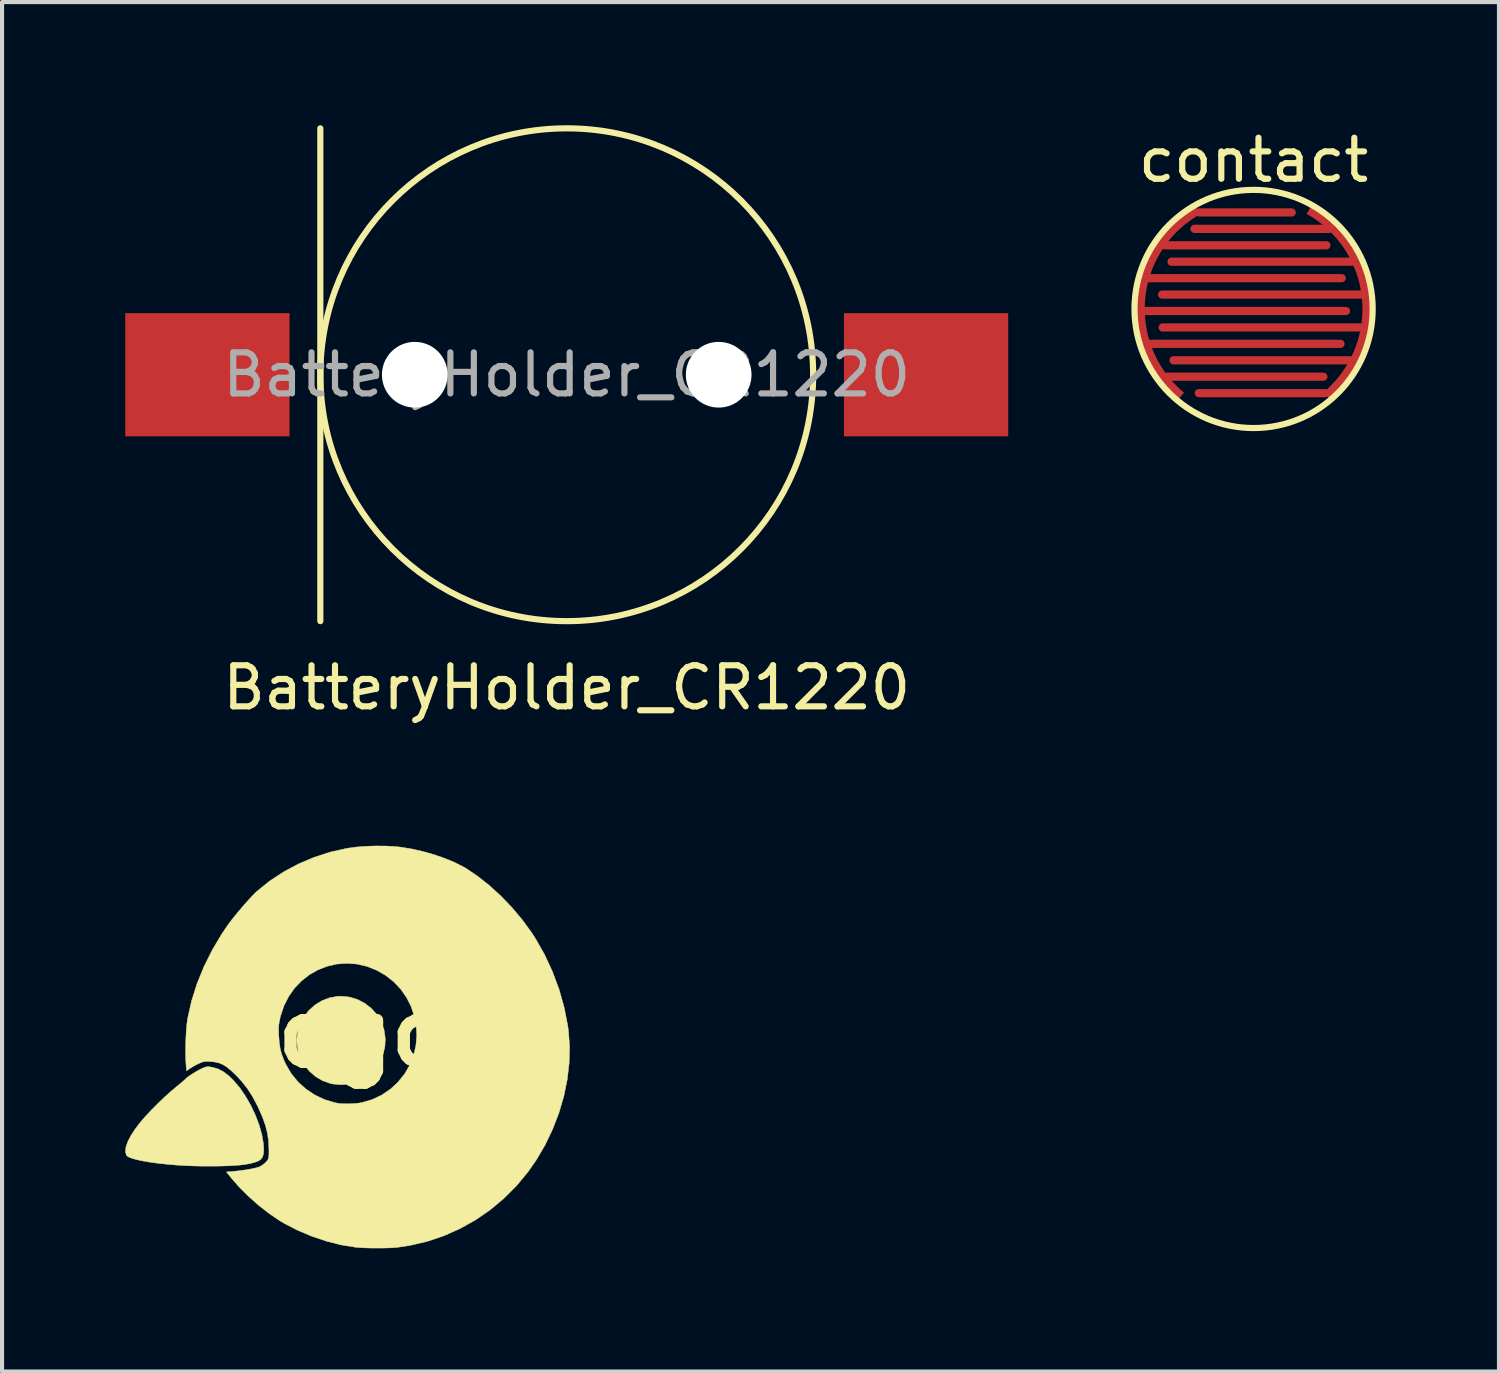
<source format=kicad_pcb>
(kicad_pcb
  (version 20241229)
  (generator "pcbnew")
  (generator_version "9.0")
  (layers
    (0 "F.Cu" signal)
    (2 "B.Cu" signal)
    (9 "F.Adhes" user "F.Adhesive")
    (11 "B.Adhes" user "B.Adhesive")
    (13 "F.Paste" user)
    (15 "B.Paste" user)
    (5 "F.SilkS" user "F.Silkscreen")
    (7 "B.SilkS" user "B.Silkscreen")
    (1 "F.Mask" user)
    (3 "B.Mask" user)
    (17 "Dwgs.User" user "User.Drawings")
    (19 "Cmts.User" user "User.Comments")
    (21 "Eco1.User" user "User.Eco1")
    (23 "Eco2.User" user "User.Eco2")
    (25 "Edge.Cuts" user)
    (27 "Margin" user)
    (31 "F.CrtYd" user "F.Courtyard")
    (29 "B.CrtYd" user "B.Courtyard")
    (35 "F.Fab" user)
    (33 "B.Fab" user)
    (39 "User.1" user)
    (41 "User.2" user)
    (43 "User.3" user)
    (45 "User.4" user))
  (footprint "logo"
    (layer "F.Cu")
    (at 5.404 22.117)
    (property "Reference" "logo" (at 0 0 0) (layer "F.SilkS") (effects (font (size 1.524 1.524) (thickness 0.3))))
    (attr through_hole)
    (fp_poly (pts (xy 0.056 -0.889) (xy 0.249 -0.831) (xy 0.427 -0.738) (xy 0.586 -0.615) (xy 0.72 -0.466) (xy 0.824 -0.293) (xy 0.894 -0.102) (xy 0.899 -0.083) (xy 0.928 0.124) (xy 0.918 0.323) (xy 0.872 0.512) (xy 0.795 0.686) (xy 0.69 0.843) (xy 0.559 0.979) (xy 0.406 1.091) (xy 0.236 1.175) (xy 0.05 1.228) (xy -0.147 1.247) (xy -0.352 1.228) (xy -0.41 1.215) (xy -0.6 1.148) (xy -0.772 1.046) (xy -0.922 0.915) (xy -1.047 0.758) (xy -1.142 0.581) (xy -1.203 0.39) (xy -1.227 0.188) (xy -1.227 0.169) (xy -1.207 -0.035) (xy -1.149 -0.227) (xy -1.058 -0.403) (xy -0.937 -0.559) (xy -0.79 -0.692) (xy -0.622 -0.796) (xy -0.437 -0.869) (xy -0.237 -0.906) (xy -0.148 -0.91) (xy 0.056 -0.889)) (stroke (width 0.01) (type solid)) (fill yes) (layer "F.SilkS"))
    (fp_poly (pts (xy -3.287 0.82) (xy -3.285 0.82) (xy -3.146 0.86) (xy -3.01 0.931) (xy -2.873 1.038) (xy -2.775 1.134) (xy -2.62 1.315) (xy -2.477 1.523) (xy -2.348 1.747) (xy -2.237 1.982) (xy -2.146 2.22) (xy -2.08 2.453) (xy -2.041 2.672) (xy -2.032 2.822) (xy -2.037 2.92) (xy -2.057 2.996) (xy -2.095 3.055) (xy -2.157 3.1) (xy -2.249 3.136) (xy -2.374 3.167) (xy -2.482 3.187) (xy -2.589 3.201) (xy -2.731 3.212) (xy -2.901 3.221) (xy -3.09 3.227) (xy -3.292 3.229) (xy -3.5 3.229) (xy -3.705 3.225) (xy -3.901 3.218) (xy -3.916 3.217) (xy -4.157 3.203) (xy -4.387 3.183) (xy -4.603 3.16) (xy -4.8 3.133) (xy -4.974 3.103) (xy -5.122 3.072) (xy -5.24 3.039) (xy -5.325 3.005) (xy -5.371 2.971) (xy -5.376 2.964) (xy -5.399 2.877) (xy -5.388 2.767) (xy -5.345 2.638) (xy -5.269 2.489) (xy -5.162 2.325) (xy -5.052 2.18) (xy -4.931 2.037) (xy -4.784 1.879) (xy -4.621 1.714) (xy -4.452 1.552) (xy -4.285 1.402) (xy -4.145 1.284) (xy -4.066 1.22) (xy -4 1.165) (xy -3.954 1.124) (xy -3.933 1.103) (xy -3.933 1.103) (xy -3.91 1.079) (xy -3.859 1.04) (xy -3.789 0.994) (xy -3.709 0.944) (xy -3.629 0.898) (xy -3.557 0.86) (xy -3.544 0.854) (xy -3.473 0.823) (xy -3.419 0.809) (xy -3.364 0.809) (xy -3.287 0.82)) (stroke (width 0.01) (type solid)) (fill yes) (layer "F.SilkS"))
    (fp_poly (pts (xy 0.949 -4.566) (xy 1.179 -4.553) (xy 1.291 -4.541) (xy 1.565 -4.497) (xy 1.845 -4.434) (xy 2.122 -4.355) (xy 2.387 -4.263) (xy 2.63 -4.161) (xy 2.842 -4.052) (xy 2.883 -4.029) (xy 3.172 -3.835) (xy 3.462 -3.606) (xy 3.744 -3.348) (xy 4.014 -3.067) (xy 4.264 -2.769) (xy 4.489 -2.461) (xy 4.581 -2.32) (xy 4.807 -1.922) (xy 5.001 -1.503) (xy 5.162 -1.069) (xy 5.286 -0.627) (xy 5.372 -0.184) (xy 5.388 -0.066) (xy 5.416 0.321) (xy 5.405 0.719) (xy 5.358 1.122) (xy 5.275 1.527) (xy 5.157 1.929) (xy 5.006 2.323) (xy 4.824 2.705) (xy 4.611 3.07) (xy 4.404 3.368) (xy 4.123 3.707) (xy 3.814 4.016) (xy 3.481 4.294) (xy 3.124 4.54) (xy 2.748 4.75) (xy 2.355 4.925) (xy 1.948 5.062) (xy 1.529 5.16) (xy 1.217 5.207) (xy 1.1 5.216) (xy 0.954 5.222) (xy 0.79 5.224) (xy 0.62 5.224) (xy 0.456 5.22) (xy 0.312 5.213) (xy 0.212 5.205) (xy -0.141 5.148) (xy -0.503 5.057) (xy -0.863 4.936) (xy -1.212 4.789) (xy -1.539 4.619) (xy -1.647 4.555) (xy -1.901 4.382) (xy -2.158 4.181) (xy -2.406 3.961) (xy -2.634 3.733) (xy -2.81 3.532) (xy -2.941 3.37) (xy -2.778 3.356) (xy -2.622 3.34) (xy -2.472 3.319) (xy -2.337 3.296) (xy -2.224 3.271) (xy -2.143 3.247) (xy -2.129 3.241) (xy -2.06 3.2) (xy -1.992 3.144) (xy -1.974 3.125) (xy -1.943 3.089) (xy -1.923 3.057) (xy -1.912 3.019) (xy -1.907 2.965) (xy -1.905 2.885) (xy -1.905 2.824) (xy -1.914 2.624) (xy -1.941 2.432) (xy -1.99 2.238) (xy -2.063 2.033) (xy -2.162 1.809) (xy -2.182 1.767) (xy -2.3 1.542) (xy -2.425 1.347) (xy -2.563 1.169) (xy -2.708 1.014) (xy -2.829 0.899) (xy -2.934 0.813) (xy -3.031 0.753) (xy -3.129 0.714) (xy -3.237 0.691) (xy -3.319 0.683) (xy -3.41 0.679) (xy -3.476 0.682) (xy -3.533 0.696) (xy -3.598 0.723) (xy -3.608 0.727) (xy -3.692 0.769) (xy -3.777 0.817) (xy -3.82 0.844) (xy -3.912 0.906) (xy -3.928 0.702) (xy -3.934 0.564) (xy -3.935 0.401) (xy -3.932 0.224) (xy -3.925 0.046) (xy -3.914 -0.111) (xy -1.67 -0.111) (xy -1.668 -0.004) (xy -1.665 0.06) (xy -1.652 0.231) (xy -1.63 0.376) (xy -1.594 0.509) (xy -1.541 0.646) (xy -1.493 0.751) (xy -1.361 0.977) (xy -1.196 1.178) (xy -1.003 1.353) (xy -0.785 1.497) (xy -0.547 1.609) (xy -0.291 1.685) (xy -0.212 1.7) (xy -0.114 1.709) (xy 0.009 1.711) (xy 0.142 1.706) (xy 0.268 1.695) (xy 0.355 1.681) (xy 0.606 1.608) (xy 0.842 1.497) (xy 1.058 1.349) (xy 1.233 1.187) (xy 1.398 0.984) (xy 1.525 0.766) (xy 1.616 0.535) (xy 1.672 0.297) (xy 1.694 0.055) (xy 1.681 -0.187) (xy 1.636 -0.424) (xy 1.558 -0.654) (xy 1.449 -0.872) (xy 1.309 -1.074) (xy 1.138 -1.257) (xy 0.938 -1.415) (xy 0.726 -1.538) (xy 0.483 -1.635) (xy 0.237 -1.692) (xy -0.009 -1.71) (xy -0.251 -1.692) (xy -0.485 -1.639) (xy -0.709 -1.552) (xy -0.918 -1.434) (xy -1.108 -1.286) (xy -1.278 -1.11) (xy -1.422 -0.907) (xy -1.538 -0.679) (xy -1.622 -0.428) (xy -1.632 -0.387) (xy -1.653 -0.286) (xy -1.666 -0.199) (xy -1.67 -0.111) (xy -3.914 -0.111) (xy -3.914 -0.123) (xy -3.899 -0.271) (xy -3.885 -0.37) (xy -3.791 -0.789) (xy -3.658 -1.211) (xy -3.488 -1.629) (xy -3.284 -2.038) (xy -3.049 -2.433) (xy -2.905 -2.644) (xy -2.827 -2.749) (xy -2.731 -2.87) (xy -2.624 -2.999) (xy -2.514 -3.128) (xy -2.406 -3.249) (xy -2.307 -3.356) (xy -2.225 -3.439) (xy -2.197 -3.464) (xy -1.889 -3.714) (xy -1.55 -3.936) (xy -1.188 -4.13) (xy -0.805 -4.292) (xy -0.409 -4.42) (xy -0.002 -4.511) (xy 0 -4.511) (xy 0.212 -4.541) (xy 0.45 -4.56) (xy 0.701 -4.568) (xy 0.949 -4.566)) (stroke (width 0.01) (type solid)) (fill yes) (layer "F.SilkS")))
  (footprint "contact"
    (layer "F.Cu")
    (at 27.475 4.473)
    (property "Reference" "contact" (at 0 -3.625 0) (layer "F.SilkS") (effects (font (size 1 1) (thickness 0.15))))
    (attr through_hole)
    (fp_circle (center 0 0) (end 0 2.9) (stroke (width 0.15) (type solid)) (fill no) (layer "F.SilkS"))
    (pad "1" smd rect (at -2.75 -0.002 179.949) (size 0.2 0.2) (layers "F.Cu" "F.Mask"))
    (pad "1" smd rect (at -2.743 0.19 183.97) (size 0.2 0.2) (layers "F.Cu" "F.Mask"))
    (pad "1" smd rect (at -2.743 -0.195 175.928) (size 0.2 0.2) (layers "F.Cu" "F.Mask"))
    (pad "1" smd rect (at -2.723 0.382 187.991) (size 0.2 0.2) (layers "F.Cu" "F.Mask"))
    (pad "1" smd rect (at -2.723 -0.387 171.908) (size 0.2 0.2) (layers "F.Cu" "F.Mask"))
    (pad "1" smd rect (at -2.69 0.572 192.011) (size 0.2 0.2) (layers "F.Cu" "F.Mask"))
    (pad "1" smd rect (at -2.689 -0.577 167.887) (size 0.2 0.2) (layers "F.Cu" "F.Mask"))
    (pad "1" smd rect (at -2.643 0.759 196.032) (size 0.2 0.2) (layers "F.Cu" "F.Mask"))
    (pad "1" smd rect (at -2.642 -0.764 163.866) (size 0.2 0.2) (layers "F.Cu" "F.Mask"))
    (pad "1" smd rect (at -2.583 0.943 200.053) (size 0.2 0.2) (layers "F.Cu" "F.Mask"))
    (pad "1" smd rect (at -2.582 -0.948 159.845) (size 0.2 0.2) (layers "F.Cu" "F.Mask"))
    (pad "1" smd rect (at -2.511 1.122 204.074) (size 0.2 0.2) (layers "F.Cu" "F.Mask"))
    (pad "1" smd rect (at -2.509 -1.126 155.825) (size 0.2 0.2) (layers "F.Cu" "F.Mask"))
    (pad "1" smd rect (at -2.426 1.295 208.094) (size 0.2 0.2) (layers "F.Cu" "F.Mask"))
    (pad "1" smd rect (at -2.424 -1.299 151.804) (size 0.2 0.2) (layers "F.Cu" "F.Mask"))
    (pad "1" smd rect (at -2.329 1.462 212.115) (size 0.2 0.2) (layers "F.Cu" "F.Mask"))
    (pad "1" smd rect (at -2.327 -1.466 147.783) (size 0.2 0.2) (layers "F.Cu" "F.Mask"))
    (pad "1" smd rect (at -2.221 1.622 216.136) (size 0.2 0.2) (layers "F.Cu" "F.Mask"))
    (pad "1" smd rect (at -2.218 -1.626 143.762) (size 0.2 0.2) (layers "F.Cu" "F.Mask"))
    (pad "1" smd rect (at -2.102 1.773 220.157) (size 0.2 0.2) (layers "F.Cu" "F.Mask"))
    (pad "1" smd rect (at -2.099 -1.777 139.742) (size 0.2 0.2) (layers "F.Cu" "F.Mask"))
    (pad "1" smd rect (at -1.972 1.916 224.177) (size 0.2 0.2) (layers "F.Cu" "F.Mask"))
    (pad "1" smd rect (at -1.969 -1.92 135.721) (size 0.2 0.2) (layers "F.Cu" "F.Mask"))
    (pad "1" smd rect (at -1.833 2.05 228.198) (size 0.2 0.2) (layers "F.Cu" "F.Mask"))
    (pad "1" smd rect (at -1.829 -2.053 131.7) (size 0.2 0.2) (layers "F.Cu" "F.Mask"))
    (pad "1" smd rect (at -1.681 -2.176 127.679) (size 0.2 0.2) (layers "F.Cu" "F.Mask"))
    (pad "1" smd rect (at -1.524 -2.289 123.6) (size 0.2 0.4) (layers "F.Cu" "F.Mask"))
    (pad "1" smd oval (at -0.2 -2.35) (size 2.457 0.2) (layers "F.Cu" "F.Mask"))
    (pad "1" smd oval (at -0.2 -1.55) (size 4.143 0.2) (layers "F.Cu" "F.Mask"))
    (pad "1" smd oval (at -0.2 -0.75) (size 4.892 0.2) (layers "F.Cu" "F.Mask"))
    (pad "1" smd oval (at -0.2 0.05) (size 5.099 0.2) (layers "F.Cu" "F.Mask"))
    (pad "1" smd oval (at -0.2 0.85) (size 4.831 0.2) (layers "F.Cu" "F.Mask"))
    (pad "1" smd oval (at -0.2 1.65) (size 4 0.2) (layers "F.Cu" "F.Mask"))
    (pad "2" smd oval (at 0.2 -1.95) (size 3.478 0.2) (layers "F.Cu" "F.Mask"))
    (pad "2" smd oval (at 0.2 -1.15) (size 4.596 0.2) (layers "F.Cu" "F.Mask"))
    (pad "2" smd oval (at 0.2 -0.35) (size 5.055 0.2) (layers "F.Cu" "F.Mask"))
    (pad "2" smd oval (at 0.2 0.45) (size 5.026 0.2) (layers "F.Cu" "F.Mask"))
    (pad "2" smd oval (at 0.2 1.25) (size 4.499 0.2) (layers "F.Cu" "F.Mask"))
    (pad "2" smd oval (at 0.2 2.05) (size 3.266 0.2) (layers "F.Cu" "F.Mask"))
    (pad "2" smd rect (at 1.428 -2.35 58.71) (size 0.2 0.2) (layers "F.Cu" "F.Mask"))
    (pad "2" smd rect (at 1.59 -2.244 54.689) (size 0.2 0.2) (layers "F.Cu" "F.Mask"))
    (pad "2" smd rect (at 1.743 -2.127 50.668) (size 0.2 0.2) (layers "F.Cu" "F.Mask"))
    (pad "2" smd rect (at 1.888 -2 46.647) (size 0.2 0.2) (layers "F.Cu" "F.Mask"))
    (pad "2" smd rect (at 1.916 1.973 314.2) (size 0.2 0.4) (layers "F.Cu" "F.Mask"))
    (pad "2" smd rect (at 2.023 -1.862 42.627) (size 0.2 0.2) (layers "F.Cu" "F.Mask"))
    (pad "2" smd rect (at 2.05 1.833 318.191) (size 0.2 0.2) (layers "F.Cu" "F.Mask"))
    (pad "2" smd rect (at 2.149 -1.716 38.606) (size 0.2 0.2) (layers "F.Cu" "F.Mask"))
    (pad "2" smd rect (at 2.173 1.685 322.211) (size 0.2 0.2) (layers "F.Cu" "F.Mask"))
    (pad "2" smd rect (at 2.264 -1.561 34.585) (size 0.2 0.2) (layers "F.Cu" "F.Mask"))
    (pad "2" smd rect (at 2.286 1.529 326.232) (size 0.2 0.2) (layers "F.Cu" "F.Mask"))
    (pad "2" smd rect (at 2.368 -1.398 30.564) (size 0.2 0.2) (layers "F.Cu" "F.Mask"))
    (pad "2" smd rect (at 2.388 1.364 330.253) (size 0.2 0.2) (layers "F.Cu" "F.Mask"))
    (pad "2" smd rect (at 2.46 -1.229 26.544) (size 0.2 0.2) (layers "F.Cu" "F.Mask"))
    (pad "2" smd rect (at 2.477 1.194 334.274) (size 0.2 0.2) (layers "F.Cu" "F.Mask"))
    (pad "2" smd rect (at 2.54 -1.053 22.523) (size 0.2 0.2) (layers "F.Cu" "F.Mask"))
    (pad "2" smd rect (at 2.555 1.017 338.294) (size 0.2 0.2) (layers "F.Cu" "F.Mask"))
    (pad "2" smd rect (at 2.608 -0.873 18.502) (size 0.2 0.2) (layers "F.Cu" "F.Mask"))
    (pad "2" smd rect (at 2.62 0.835 342.315) (size 0.2 0.2) (layers "F.Cu" "F.Mask"))
    (pad "2" smd rect (at 2.663 -0.688 14.481) (size 0.2 0.2) (layers "F.Cu" "F.Mask"))
    (pad "2" smd rect (at 2.672 0.65 346.336) (size 0.2 0.2) (layers "F.Cu" "F.Mask"))
    (pad "2" smd rect (at 2.704 -0.499 10.46) (size 0.2 0.2) (layers "F.Cu" "F.Mask"))
    (pad "2" smd rect (at 2.711 0.461 350.357) (size 0.2 0.2) (layers "F.Cu" "F.Mask"))
    (pad "2" smd rect (at 2.733 -0.308 6.44) (size 0.2 0.2) (layers "F.Cu" "F.Mask"))
    (pad "2" smd rect (at 2.737 0.269 354.377) (size 0.2 0.2) (layers "F.Cu" "F.Mask"))
    (pad "2" smd rect (at 2.748 -0.116 2.419) (size 0.2 0.2) (layers "F.Cu" "F.Mask"))
    (pad "2" smd rect (at 2.749 0.077 358.398) (size 0.2 0.2) (layers "F.Cu" "F.Mask")))
  (footprint "BatteryHolder_CR1220"
    (layer "F.Cu")
    (at 10.75 6.075)
    (property "Reference" "BatteryHolder_CR1220" (at 0 7.62 0) (layer "F.SilkS") (effects (font (size 1 1) (thickness 0.15))))
    (attr smd)
    (fp_line (start -6 -6) (end -6 6) (stroke (width 0.15) (type solid)) (layer "F.SilkS"))
    (fp_circle (center 0 0) (end 6 0) (stroke (width 0.15) (type solid)) (fill no) (layer "F.SilkS"))
    (fp_text user "${REFERENCE}" (at 0 0 0) (layer "F.Fab") (effects (font (size 1 1) (thickness 0.15))))
    (pad "" np_thru_hole circle (at -3.7 0) (size 1.6 1.6) (drill 1.6) (layers "*.Cu" "*.Mask"))
    (pad "" np_thru_hole circle (at 3.7 0) (size 1.6 1.6) (drill 1.6) (layers "*.Cu" "*.Mask"))
    (pad "1" smd rect (at -8.75 0) (size 4 3) (layers "F.Cu" "F.Mask" "F.Paste"))
    (pad "2" smd rect (at 8.75 0) (size 4 3) (layers "F.Cu" "F.Mask" "F.Paste")))
  (gr_rect
    (start -3 -3)
    (end 33.45 30.346)
    (stroke (width 0.1) (type default))
    (fill no)
    (layer "Edge.Cuts")))
</source>
